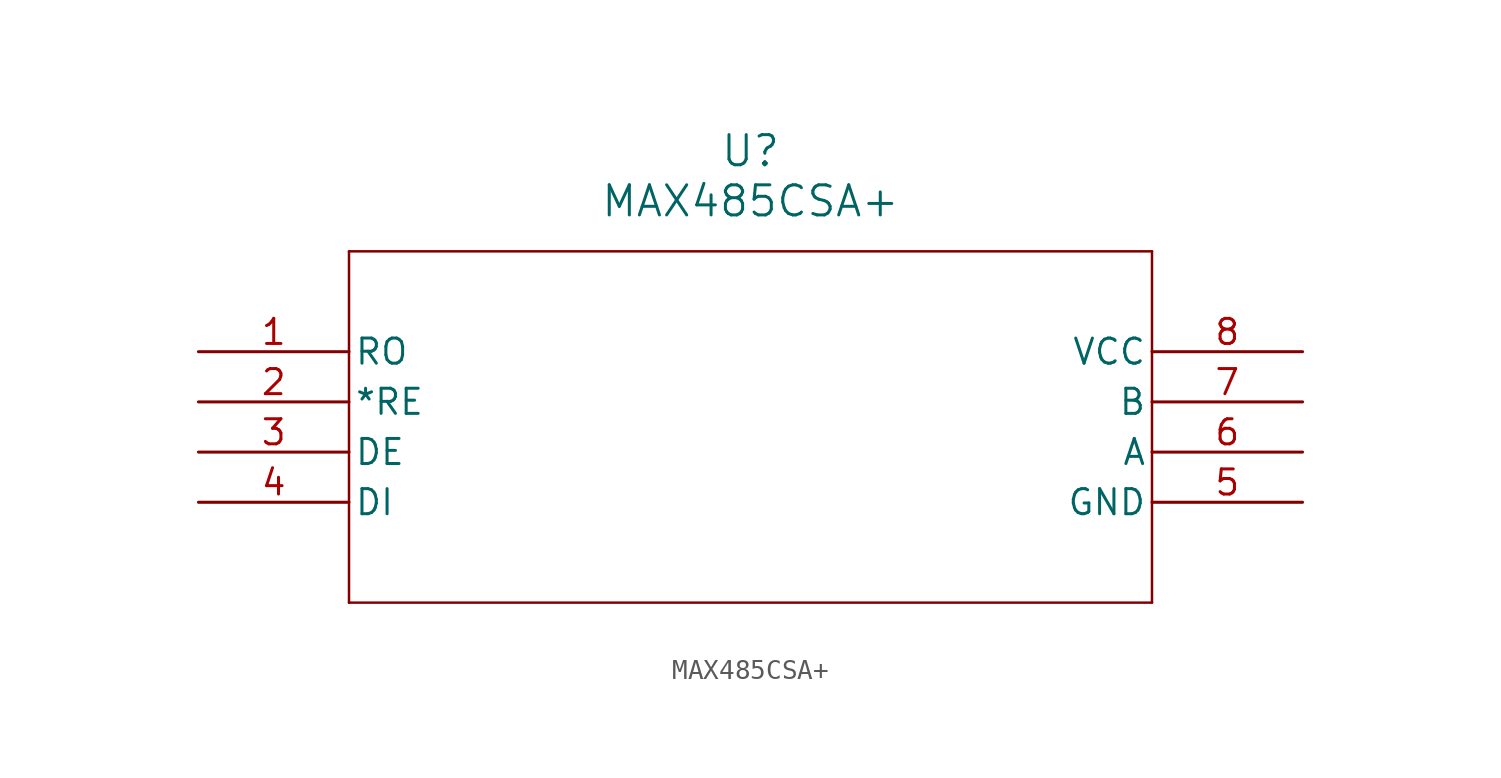
<source format=kicad_sym>
(kicad_symbol_lib
  (version 20211014)
  (generator kicad_symbol_editor)
  (symbol "MAX485CSA+"
    (pin_names
      (offset 0.254))
    (property "Reference" "U"
      (at 27.94 10.16 0)
      (effects (font (size 1.524 1.524))))
    (property "Value" "MAX485CSA+"
      (at 27.94 7.62 0)
      (effects (font (size 1.524 1.524))))
    (symbol "MAX485CSA+_0_1"
      (polyline (pts (xy 7.62 5.08) (xy 7.62 -12.7)) (stroke (width 0.127) (type default) (color 0 0 0 0)) (fill (type none)))
      (polyline (pts (xy 7.62 -12.7) (xy 48.26 -12.7)) (stroke (width 0.127) (type default) (color 0 0 0 0)) (fill (type none)))
      (polyline (pts (xy 48.26 -12.7) (xy 48.26 5.08)) (stroke (width 0.127) (type default) (color 0 0 0 0)) (fill (type none)))
      (polyline (pts (xy 48.26 5.08) (xy 7.62 5.08)) (stroke (width 0.127) (type default) (color 0 0 0 0)) (fill (type none)))
      (pin output line (at 0 0 0) (length 7.62) (name "RO" (effects (font (size 1.27 1.27)))) (number "1" (effects (font (size 1.27 1.27)))))
      (pin input line (at 0 -2.54 0) (length 7.62) (name "*RE" (effects (font (size 1.27 1.27)))) (number "2" (effects (font (size 1.27 1.27)))))
      (pin input line (at 0 -5.08 0) (length 7.62) (name "DE" (effects (font (size 1.27 1.27)))) (number "3" (effects (font (size 1.27 1.27)))))
      (pin input line (at 0 -7.62 0) (length 7.62) (name "DI" (effects (font (size 1.27 1.27)))) (number "4" (effects (font (size 1.27 1.27)))))
      (pin power_in line (at 55.88 -7.62 180) (length 7.62) (name "GND" (effects (font (size 1.27 1.27)))) (number "5" (effects (font (size 1.27 1.27)))))
      (pin bidirectional line (at 55.88 -5.08 180) (length 7.62) (name "A" (effects (font (size 1.27 1.27)))) (number "6" (effects (font (size 1.27 1.27)))))
      (pin bidirectional line (at 55.88 -2.54 180) (length 7.62) (name "B" (effects (font (size 1.27 1.27)))) (number "7" (effects (font (size 1.27 1.27)))))
      (pin power_in line (at 55.88 0 180) (length 7.62) (name "VCC" (effects (font (size 1.27 1.27)))) (number "8" (effects (font (size 1.27 1.27))))))))
</source>
